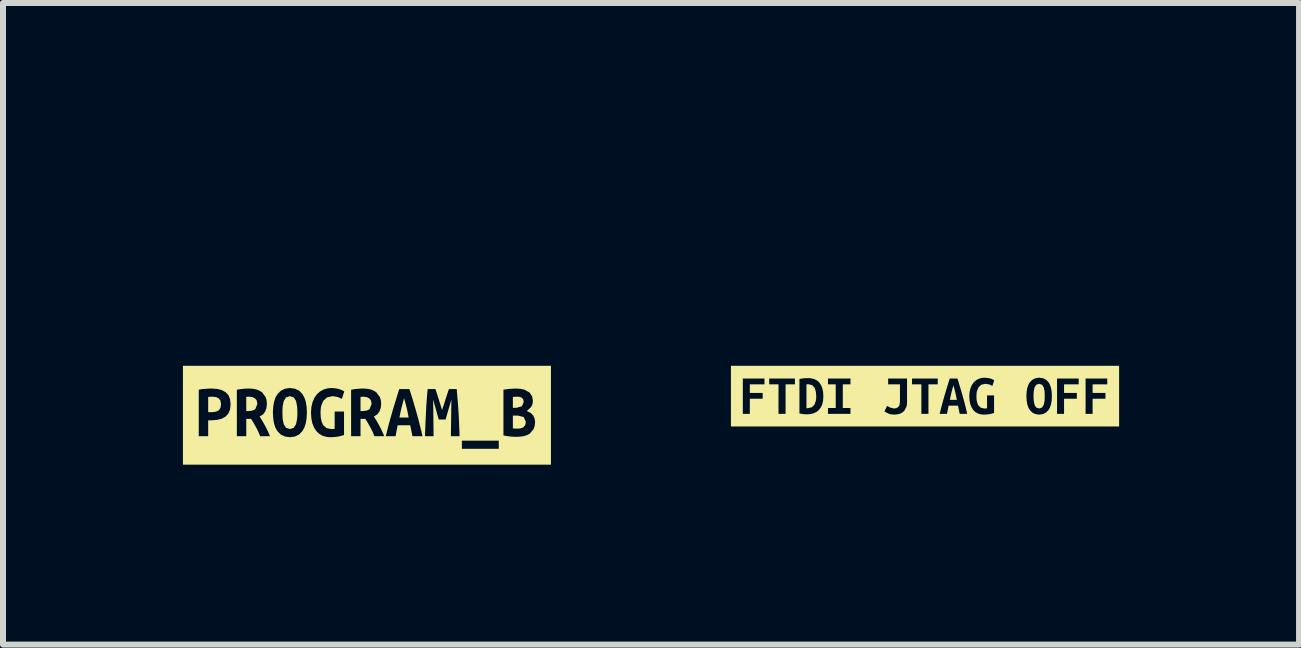
<source format=kicad_pcb>
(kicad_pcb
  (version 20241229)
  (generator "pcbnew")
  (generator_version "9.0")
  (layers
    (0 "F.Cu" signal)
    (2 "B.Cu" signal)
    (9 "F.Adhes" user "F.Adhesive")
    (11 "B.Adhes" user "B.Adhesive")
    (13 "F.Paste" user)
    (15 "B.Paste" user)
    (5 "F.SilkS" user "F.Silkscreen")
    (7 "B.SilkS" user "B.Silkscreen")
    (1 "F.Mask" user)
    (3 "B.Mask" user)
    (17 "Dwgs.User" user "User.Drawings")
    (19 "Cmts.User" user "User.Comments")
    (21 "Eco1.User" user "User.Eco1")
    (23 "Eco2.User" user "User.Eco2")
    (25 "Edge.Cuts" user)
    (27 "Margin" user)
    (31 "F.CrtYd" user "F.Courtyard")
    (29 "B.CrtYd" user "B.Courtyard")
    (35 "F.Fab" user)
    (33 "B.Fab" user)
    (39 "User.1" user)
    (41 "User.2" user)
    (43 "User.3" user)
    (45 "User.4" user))
  (footprint "kibuzzard-6596D49A"
    (layer "F.Cu")
    (at 3.068 3.873)
    (property "Reference" "kibuzzard-6596D49A" (at 0 -3.872 0) (layer "F.SilkS") (effects (font (size 0.001 0.001) (thickness 0.15))))
    (attr board_only exclude_from_pos_files exclude_from_bom)
    (fp_poly (pts (xy 0.619 -0.284) (xy 0.596 -0.199) (xy 0.575 -0.12) (xy 0.558 -0.042) (xy 0.542 0.039) (xy 0.695 0.039) (xy 0.68 -0.042) (xy 0.663 -0.12) (xy 0.643 -0.199) (xy 0.619 -0.284)) (stroke (width 0) (type solid)) (fill yes) (layer "F.SilkS"))
    (fp_poly (pts (xy 2.433 0.006) (xy 2.433 0.219) (xy 2.469 0.223) (xy 2.508 0.224) (xy 2.56 0.22) (xy 2.605 0.203) (xy 2.637 0.169) (xy 2.65 0.113) (xy 2.614 0.031) (xy 2.517 0.006) (xy 2.433 0.006)) (stroke (width 0) (type solid)) (fill yes) (layer "F.SilkS"))
    (fp_poly (pts (xy 2.494 -0.124) (xy 2.584 -0.15) (xy 2.614 -0.221) (xy 2.605 -0.266) (xy 2.581 -0.293) (xy 2.546 -0.306) (xy 2.504 -0.309) (xy 2.467 -0.308) (xy 2.433 -0.304) (xy 2.433 -0.124) (xy 2.494 -0.124)) (stroke (width 0) (type solid)) (fill yes) (layer "F.SilkS"))
    (fp_poly (pts (xy -1.827 -0.188) (xy -1.836 -0.242) (xy -1.865 -0.28) (xy -1.909 -0.302) (xy -1.965 -0.309) (xy -1.987 -0.308) (xy -2.012 -0.305) (xy -2.012 -0.069) (xy -1.978 -0.069) (xy -1.909 -0.077) (xy -1.862 -0.1) (xy -1.827 -0.188)) (stroke (width 0) (type solid)) (fill yes) (layer "F.SilkS"))
    (fp_poly (pts (xy 0.078 -0.188) (xy 0.069 -0.242) (xy 0.04 -0.28) (xy -0.004 -0.302) (xy -0.06 -0.309) (xy -0.082 -0.308) (xy -0.107 -0.305) (xy -0.107 -0.069) (xy -0.073 -0.069) (xy -0.004 -0.077) (xy 0.043 -0.1) (xy 0.078 -0.188)) (stroke (width 0) (type solid)) (fill yes) (layer "F.SilkS"))
    (fp_poly (pts (xy -2.57 -0.309) (xy -2.609 -0.308) (xy -2.647 -0.305) (xy -2.647 -0.051) (xy -2.584 -0.051) (xy -2.518 -0.059) (xy -2.471 -0.081) (xy -2.442 -0.122) (xy -2.433 -0.183) (xy -2.442 -0.242) (xy -2.47 -0.28) (xy -2.514 -0.302) (xy -2.57 -0.309)) (stroke (width 0) (type solid)) (fill yes) (layer "F.SilkS"))
    (fp_poly (pts (xy -1.409 -0.044) (xy -1.408 0.012) (xy -1.405 0.064) (xy -1.387 0.151) (xy -1.349 0.209) (xy -1.285 0.231) (xy -1.22 0.209) (xy -1.182 0.15) (xy -1.165 0.063) (xy -1.161 0.012) (xy -1.16 -0.044) (xy -1.161 -0.099) (xy -1.165 -0.151) (xy -1.182 -0.238) (xy -1.22 -0.296) (xy -1.285 -0.318) (xy -1.349 -0.296) (xy -1.387 -0.237) (xy -1.405 -0.15) (xy -1.408 -0.099) (xy -1.409 -0.044)) (stroke (width 0) (type solid)) (fill yes) (layer "F.SilkS"))
    (fp_poly (pts (xy -2.804 -0.824) (xy -3.068 -0.824) (xy -3.068 0.824) (xy -2.804 0.824) (xy -2.647 0.824) (xy -2.647 0.35) (xy -2.804 0.35) (xy -2.804 -0.426) (xy -2.752 -0.435) (xy -2.694 -0.44) (xy -2.637 -0.444) (xy -2.588 -0.445) (xy -2.495 -0.438) (xy -2.418 -0.418) (xy -2.355 -0.383) (xy -2.309 -0.334) (xy -2.282 -0.266) (xy -2.273 -0.182) (xy -2.282 -0.097) (xy -2.31 -0.029) (xy -2.356 0.022) (xy -2.419 0.057) (xy -2.498 0.078) (xy -2.591 0.085) (xy -2.647 0.085) (xy -2.647 0.35) (xy -2.647 0.824) (xy -1.616 0.824) (xy -1.616 0.35) (xy -1.78 0.35) (xy -1.811 0.275) (xy -1.848 0.203) (xy -1.888 0.132) (xy -1.931 0.061) (xy -2.012 0.061) (xy -2.012 0.35) (xy -2.169 0.35) (xy -2.169 -0.425) (xy -2.118 -0.434) (xy -2.063 -0.44) (xy -2.01 -0.444) (xy -1.965 -0.445) (xy -1.901 -0.441) (xy -1.843 -0.43) (xy -1.793 -0.41) (xy -1.749 -0.383) (xy -1.689 -0.302) (xy -1.673 -0.249) (xy -1.668 -0.187) (xy -1.675 -0.122) (xy -1.696 -0.063) (xy -1.733 -0.013) (xy -1.789 0.022) (xy -1.743 0.095) (xy -1.696 0.179) (xy -1.652 0.267) (xy -1.616 0.35) (xy -1.616 0.824) (xy -1.283 0.824) (xy -1.283 0.367) (xy -1.368 0.355) (xy -1.439 0.321) (xy -1.495 0.263) (xy -1.527 0.205) (xy -1.55 0.135) (xy -1.563 0.052) (xy -1.568 -0.044) (xy -1.563 -0.139) (xy -1.549 -0.222) (xy -1.526 -0.292) (xy -1.493 -0.35) (xy -1.436 -0.408) (xy -1.367 -0.442) (xy -1.285 -0.454) (xy -1.2 -0.442) (xy -1.129 -0.408) (xy -1.074 -0.35) (xy -1.042 -0.292) (xy -1.019 -0.222) (xy -1.006 -0.139) (xy -1.001 -0.044) (xy -1.006 0.052) (xy -1.02 0.135) (xy -1.043 0.205) (xy -1.075 0.263) (xy -1.131 0.321) (xy -1.2 0.355) (xy -1.283 0.367) (xy -1.283 0.824) (xy -0.612 0.824) (xy -0.612 0.367) (xy -0.682 0.36) (xy -0.744 0.341) (xy -0.799 0.308) (xy -0.845 0.263) (xy -0.882 0.205) (xy -0.91 0.135) (xy -0.927 0.052) (xy -0.933 -0.044) (xy -0.926 -0.138) (xy -0.906 -0.221) (xy -0.875 -0.291) (xy -0.834 -0.35) (xy -0.784 -0.395) (xy -0.726 -0.428) (xy -0.661 -0.447) (xy -0.592 -0.454) (xy -0.511 -0.447) (xy -0.448 -0.431) (xy -0.404 -0.412) (xy -0.378 -0.397) (xy -0.418 -0.272) (xy -0.487 -0.304) (xy -0.571 -0.318) (xy -0.665 -0.298) (xy -0.728 -0.241) (xy -0.763 -0.155) (xy -0.771 -0.102) (xy -0.774 -0.044) (xy -0.769 0.042) (xy -0.754 0.111) (xy -0.73 0.164) (xy -0.675 0.214) (xy -0.599 0.231) (xy -0.568 0.229) (xy -0.538 0.226) (xy -0.538 -0.061) (xy -0.382 -0.061) (xy -0.382 0.331) (xy -0.469 0.354) (xy -0.534 0.363) (xy -0.612 0.367) (xy -0.612 0.824) (xy 0.289 0.824) (xy 0.289 0.35) (xy 0.125 0.35) (xy 0.094 0.275) (xy 0.057 0.203) (xy 0.017 0.132) (xy -0.026 0.061) (xy -0.107 0.061) (xy -0.107 0.35) (xy -0.264 0.35) (xy -0.264 -0.425) (xy -0.213 -0.434) (xy -0.158 -0.44) (xy -0.105 -0.444) (xy -0.06 -0.445) (xy 0.004 -0.441) (xy 0.062 -0.43) (xy 0.112 -0.41) (xy 0.156 -0.383) (xy 0.216 -0.302) (xy 0.232 -0.249) (xy 0.237 -0.187) (xy 0.23 -0.122) (xy 0.209 -0.063) (xy 0.172 -0.013) (xy 0.116 0.022) (xy 0.162 0.095) (xy 0.209 0.179) (xy 0.253 0.267) (xy 0.289 0.35) (xy 0.289 0.824) (xy 0.759 0.824) (xy 0.759 0.35) (xy 0.722 0.168) (xy 0.512 0.168) (xy 0.477 0.35) (xy 0.314 0.35) (xy 0.337 0.259) (xy 0.359 0.171) (xy 0.382 0.086) (xy 0.405 0.005) (xy 0.427 -0.073) (xy 0.456 -0.168) (xy 0.484 -0.26) (xy 0.511 -0.349) (xy 0.538 -0.436) (xy 0.708 -0.436) (xy 0.736 -0.348) (xy 0.764 -0.258) (xy 0.791 -0.165) (xy 0.819 -0.07) (xy 0.841 0.009) (xy 0.863 0.09) (xy 0.884 0.174) (xy 0.906 0.261) (xy 0.926 0.35) (xy 0.759 0.35) (xy 0.759 0.824) (xy 1.544 0.824) (xy 1.544 0.35) (xy 1.4 0.35) (xy 1.408 -0.261) (xy 1.311 0.072) (xy 1.197 0.072) (xy 1.104 -0.261) (xy 1.111 0.35) (xy 0.967 0.35) (xy 0.971 0.252) (xy 0.975 0.149) (xy 0.98 0.046) (xy 0.985 -0.058) (xy 0.99 -0.159) (xy 0.997 -0.257) (xy 1.004 -0.35) (xy 1.013 -0.436) (xy 1.142 -0.436) (xy 1.165 -0.367) (xy 1.193 -0.277) (xy 1.224 -0.179) (xy 1.253 -0.088) (xy 1.285 -0.185) (xy 1.316 -0.282) (xy 1.344 -0.369) (xy 1.367 -0.436) (xy 1.497 -0.436) (xy 1.505 -0.334) (xy 1.514 -0.235) (xy 1.521 -0.138) (xy 1.528 -0.042) (xy 1.533 0.055) (xy 1.537 0.151) (xy 1.541 0.25) (xy 1.544 0.35) (xy 1.544 0.824) (xy 2.198 0.824) (xy 2.198 0.56) (xy 1.583 0.56) (xy 1.583 0.424) (xy 2.198 0.424) (xy 2.198 0.56) (xy 2.198 0.824) (xy 2.495 0.824) (xy 2.495 0.36) (xy 2.442 0.359) (xy 2.387 0.355) (xy 2.331 0.347) (xy 2.276 0.337) (xy 2.276 -0.426) (xy 2.374 -0.439) (xy 2.48 -0.445) (xy 2.56 -0.44) (xy 2.624 -0.427) (xy 2.712 -0.378) (xy 2.755 -0.312) (xy 2.767 -0.238) (xy 2.76 -0.185) (xy 2.739 -0.139) (xy 2.666 -0.07) (xy 2.734 -0.036) (xy 2.775 0.008) (xy 2.796 0.059) (xy 2.804 0.113) (xy 2.797 0.178) (xy 2.779 0.231) (xy 2.714 0.308) (xy 2.669 0.332) (xy 2.616 0.348) (xy 2.558 0.357) (xy 2.495 0.36) (xy 2.495 0.824) (xy 2.804 0.824) (xy 3.068 0.824) (xy 3.068 -0.824) (xy 2.804 -0.824) (xy -2.804 -0.824)) (stroke (width 0) (type solid)) (fill yes) (layer "F.SilkS")))
  (footprint "kibuzzard-6596D72F"
    (layer "F.Cu")
    (at 12.373 3.555)
    (property "Reference" "kibuzzard-6596D72F" (at 0 -3.554 0) (layer "F.SilkS") (effects (font (size 0.001 0.001) (thickness 0.15))))
    (attr board_only exclude_from_pos_files exclude_from_bom)
    (fp_poly (pts (xy 0.473 -0.18) (xy 0.455 -0.117) (xy 0.44 -0.058) (xy 0.427 0.001) (xy 0.415 0.062) (xy 0.53 0.062) (xy 0.519 0.001) (xy 0.506 -0.058) (xy 0.491 -0.117) (xy 0.473 -0.18)) (stroke (width 0) (type solid)) (fill yes) (layer "F.SilkS"))
    (fp_poly (pts (xy -1.977 0.2) (xy -1.966 0.201) (xy -1.956 0.201) (xy -1.889 0.186) (xy -1.845 0.144) (xy -1.821 0.08) (xy -1.816 0.042) (xy -1.814 0) (xy -1.82 -0.074) (xy -1.84 -0.138) (xy -1.879 -0.182) (xy -1.943 -0.199) (xy -1.96 -0.199) (xy -1.977 -0.196) (xy -1.977 0.2)) (stroke (width 0) (type solid)) (fill yes) (layer "F.SilkS"))
    (fp_poly (pts (xy 1.809 0) (xy 1.81 0.042) (xy 1.813 0.08) (xy 1.826 0.146) (xy 1.854 0.19) (xy 1.903 0.206) (xy 1.951 0.19) (xy 1.979 0.145) (xy 1.993 0.08) (xy 1.995 0.041) (xy 1.996 0) (xy 1.995 -0.042) (xy 1.993 -0.08) (xy 1.979 -0.146) (xy 1.951 -0.19) (xy 1.903 -0.206) (xy 1.854 -0.19) (xy 1.826 -0.145) (xy 1.813 -0.08) (xy 1.81 -0.041) (xy 1.809 0)) (stroke (width 0) (type solid)) (fill yes) (layer "F.SilkS"))
    (fp_poly (pts (xy -3.038 -0.506) (xy -3.236 -0.506) (xy -3.236 0.506) (xy -3.038 0.506) (xy -3.038 0.295) (xy -3.038 -0.294) (xy -2.677 -0.294) (xy -2.677 -0.197) (xy -2.921 -0.197) (xy -2.921 -0.054) (xy -2.707 -0.054) (xy -2.707 0.043) (xy -2.921 0.043) (xy -2.921 0.295) (xy -3.038 0.295) (xy -3.038 0.506) (xy -2.325 0.506) (xy -2.325 0.295) (xy -2.443 0.295) (xy -2.443 -0.197) (xy -2.598 -0.197) (xy -2.598 -0.294) (xy -2.169 -0.294) (xy -2.169 -0.197) (xy -2.325 -0.197) (xy -2.325 0.295) (xy -2.325 0.506) (xy -1.968 0.506) (xy -1.968 0.303) (xy -2.03 0.3) (xy -2.094 0.289) (xy -2.094 -0.287) (xy -2.019 -0.298) (xy -1.953 -0.301) (xy -1.897 -0.297) (xy -1.847 -0.284) (xy -1.802 -0.262) (xy -1.765 -0.23) (xy -1.736 -0.188) (xy -1.714 -0.137) (xy -1.7 -0.074) (xy -1.695 0) (xy -1.7 0.076) (xy -1.715 0.14) (xy -1.74 0.192) (xy -1.772 0.233) (xy -1.812 0.265) (xy -1.858 0.286) (xy -1.911 0.299) (xy -1.968 0.303) (xy -1.968 0.506) (xy -1.618 0.506) (xy -1.618 0.295) (xy -1.618 0.198) (xy -1.489 0.198) (xy -1.489 -0.197) (xy -1.618 -0.197) (xy -1.618 -0.294) (xy -1.243 -0.294) (xy -1.243 -0.197) (xy -1.371 -0.197) (xy -1.371 0.198) (xy -1.243 0.198) (xy -1.243 0.295) (xy -1.618 0.295) (xy -1.618 0.506) (xy -0.509 0.506) (xy -0.509 0.308) (xy -0.564 0.304) (xy -0.609 0.292) (xy -0.677 0.255) (xy -0.632 0.162) (xy -0.579 0.191) (xy -0.52 0.206) (xy -0.478 0.2) (xy -0.446 0.181) (xy -0.425 0.147) (xy -0.418 0.091) (xy -0.418 -0.197) (xy -0.615 -0.197) (xy -0.615 -0.294) (xy -0.3 -0.294) (xy -0.3 0.098) (xy -0.302 0.14) (xy -0.311 0.179) (xy -0.347 0.246) (xy -0.376 0.271) (xy -0.412 0.291) (xy -0.456 0.303) (xy -0.509 0.308) (xy -0.509 0.506) (xy 0.057 0.506) (xy 0.057 0.295) (xy -0.061 0.295) (xy -0.061 -0.197) (xy -0.217 -0.197) (xy -0.217 -0.294) (xy 0.212 -0.294) (xy 0.212 -0.197) (xy 0.057 -0.197) (xy 0.057 0.295) (xy 0.057 0.506) (xy 0.578 0.506) (xy 0.578 0.295) (xy 0.55 0.159) (xy 0.393 0.159) (xy 0.366 0.295) (xy 0.244 0.295) (xy 0.261 0.227) (xy 0.278 0.161) (xy 0.295 0.097) (xy 0.312 0.036) (xy 0.329 -0.022) (xy 0.35 -0.093) (xy 0.371 -0.162) (xy 0.392 -0.229) (xy 0.412 -0.294) (xy 0.54 -0.294) (xy 0.561 -0.229) (xy 0.581 -0.161) (xy 0.602 -0.091) (xy 0.623 -0.02) (xy 0.639 0.04) (xy 0.656 0.101) (xy 0.672 0.164) (xy 0.688 0.228) (xy 0.703 0.295) (xy 0.578 0.295) (xy 0.578 0.506) (xy 0.979 0.506) (xy 0.979 0.308) (xy 0.926 0.303) (xy 0.879 0.288) (xy 0.838 0.264) (xy 0.803 0.23) (xy 0.776 0.187) (xy 0.755 0.134) (xy 0.742 0.072) (xy 0.738 0) (xy 0.743 -0.071) (xy 0.758 -0.133) (xy 0.781 -0.186) (xy 0.812 -0.23) (xy 0.849 -0.264) (xy 0.893 -0.288) (xy 0.941 -0.303) (xy 0.993 -0.308) (xy 1.054 -0.302) (xy 1.102 -0.291) (xy 1.134 -0.276) (xy 1.154 -0.265) (xy 1.123 -0.171) (xy 1.072 -0.195) (xy 1.009 -0.206) (xy 0.939 -0.191) (xy 0.892 -0.148) (xy 0.865 -0.083) (xy 0.859 -0.044) (xy 0.857 0) (xy 0.86 0.064) (xy 0.872 0.116) (xy 0.89 0.156) (xy 0.931 0.193) (xy 0.988 0.206) (xy 1.011 0.205) (xy 1.034 0.202) (xy 1.034 -0.013) (xy 1.151 -0.013) (xy 1.151 0.281) (xy 1.086 0.298) (xy 1.037 0.305) (xy 0.979 0.308) (xy 0.979 0.506) (xy 1.904 0.506) (xy 1.904 0.308) (xy 1.84 0.299) (xy 1.787 0.273) (xy 1.745 0.23) (xy 1.721 0.187) (xy 1.704 0.134) (xy 1.694 0.072) (xy 1.69 0) (xy 1.694 -0.072) (xy 1.704 -0.134) (xy 1.722 -0.187) (xy 1.746 -0.23) (xy 1.789 -0.273) (xy 1.841 -0.299) (xy 1.903 -0.308) (xy 1.966 -0.299) (xy 2.019 -0.273) (xy 2.061 -0.23) (xy 2.084 -0.187) (xy 2.101 -0.134) (xy 2.112 -0.072) (xy 2.115 0) (xy 2.112 0.072) (xy 2.101 0.134) (xy 2.084 0.187) (xy 2.06 0.23) (xy 2.018 0.273) (xy 1.966 0.299) (xy 1.904 0.308) (xy 1.904 0.506) (xy 2.201 0.506) (xy 2.201 0.295) (xy 2.201 -0.294) (xy 2.562 -0.294) (xy 2.562 -0.197) (xy 2.318 -0.197) (xy 2.318 -0.054) (xy 2.531 -0.054) (xy 2.531 0.043) (xy 2.318 0.043) (xy 2.318 0.295) (xy 2.201 0.295) (xy 2.201 0.506) (xy 2.677 0.506) (xy 2.677 0.295) (xy 2.677 -0.294) (xy 3.038 -0.294) (xy 3.038 -0.197) (xy 2.794 -0.197) (xy 2.794 -0.054) (xy 3.008 -0.054) (xy 3.008 0.043) (xy 2.794 0.043) (xy 2.794 0.295) (xy 2.677 0.295) (xy 2.677 0.506) (xy 3.038 0.506) (xy 3.236 0.506) (xy 3.236 -0.506) (xy 3.038 -0.506) (xy -3.038 -0.506)) (stroke (width 0) (type solid)) (fill yes) (layer "F.SilkS")))
  (gr_rect
    (start -3 -3)
    (end 18.609 7.697)
    (stroke (width 0.1) (type default))
    (fill no)
    (layer "Edge.Cuts")))
</source>
